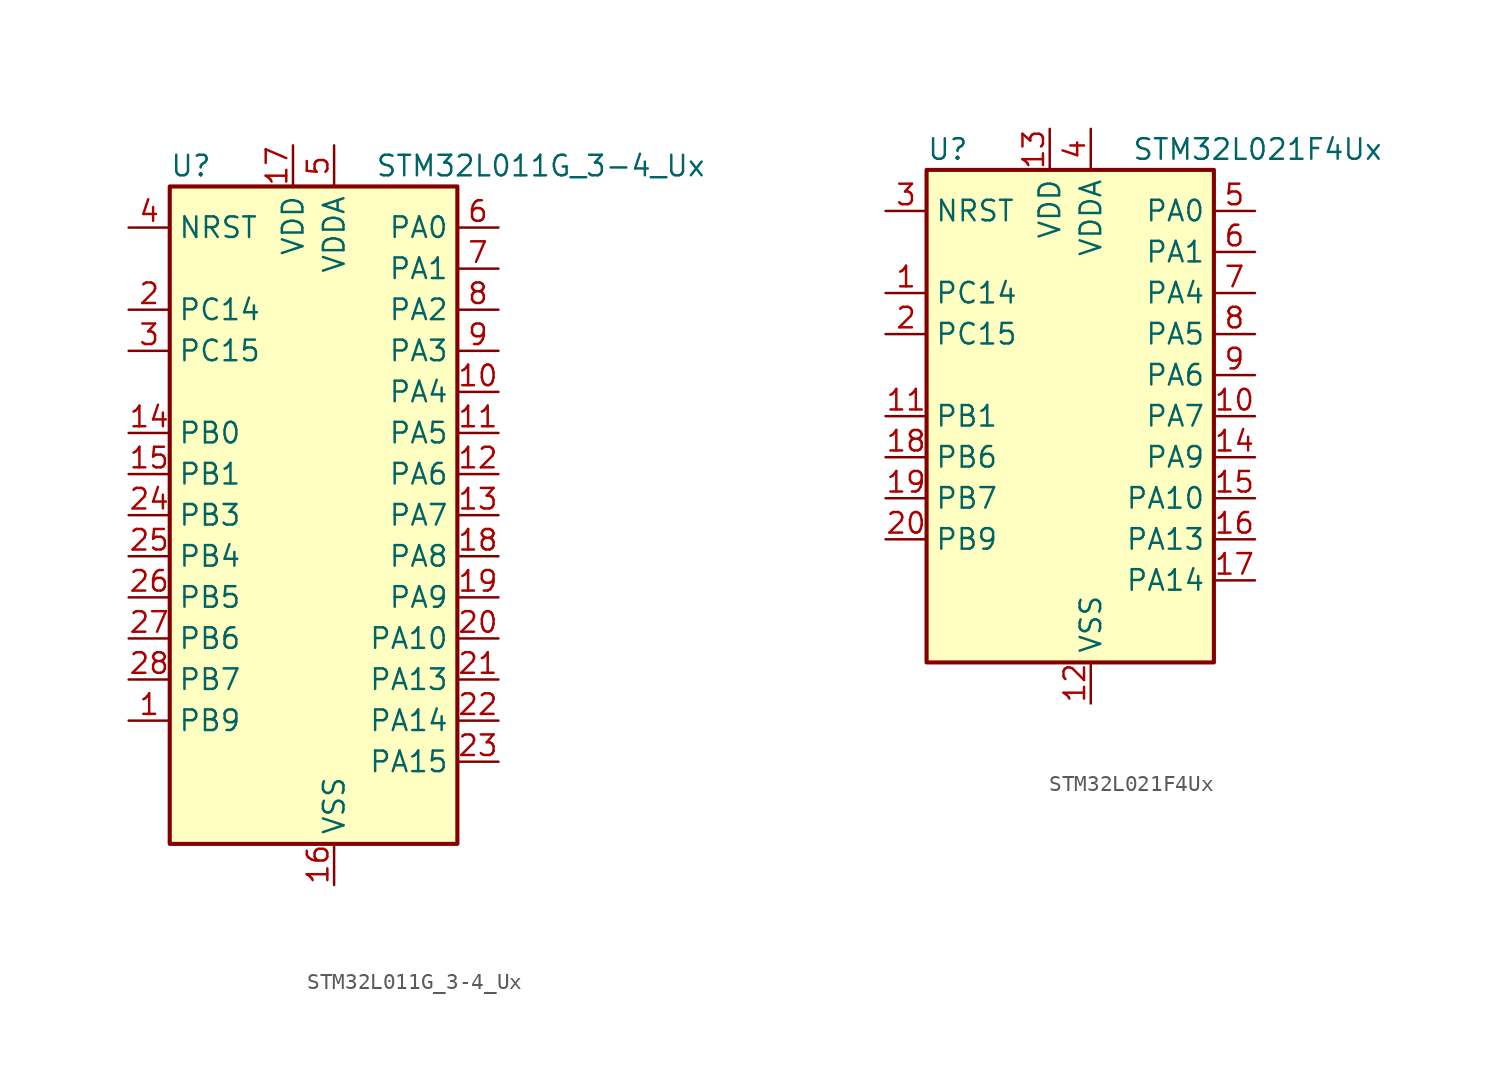
<source format=kicad_sym>
(kicad_symbol_lib
  (version 20220914)
  (generator kicad_symbol_editor)
  (symbol "STM32L011G_3-4_Ux"
    (property "Reference" "U"
      (at -7.62 21.59 0)
      (effects (font (size 1.27 1.27)) (justify left)))
    (property "Value" "STM32L011G_3-4_Ux"
      (at 5.08 21.59 0)
      (effects (font (size 1.27 1.27)) (justify left)))
    (property "ki_locked" ""
      (at 0 0 0)
      (effects (font (size 1.27 1.27))))
    (symbol "STM32L011G_3-4_Ux_0_1"
      (rectangle (start -7.62 -20.32) (end 10.16 20.32) (stroke (width 0.254) (type default)) (fill (type background))))
    (symbol "STM32L011G_3-4_Ux_1_1"
      (pin bidirectional line (at -10.16 -12.7 0) (length 2.54) (name "PB9" (effects (font (size 1.27 1.27)))) (number "1" (effects (font (size 1.27 1.27)))))
      (pin bidirectional line (at 12.7 7.62 180) (length 2.54) (name "PA4" (effects (font (size 1.27 1.27)))) (number "10" (effects (font (size 1.27 1.27)))) (alternate "ADC_IN4" bidirectional line) (alternate "COMP1_INM" bidirectional line) (alternate "COMP2_INM" bidirectional line) (alternate "COMP2_OUT" bidirectional line) (alternate "I2C1_SCL" bidirectional line) (alternate "LPTIM1_ETR" bidirectional line) (alternate "LPTIM1_IN1" bidirectional line) (alternate "LPUART1_TX" bidirectional line) (alternate "SPI1_NSS" bidirectional line) (alternate "TIM2_ETR" bidirectional line) (alternate "USART2_CK" bidirectional line))
      (pin bidirectional line (at 12.7 5.08 180) (length 2.54) (name "PA5" (effects (font (size 1.27 1.27)))) (number "11" (effects (font (size 1.27 1.27)))) (alternate "ADC_IN5" bidirectional line) (alternate "COMP1_INM" bidirectional line) (alternate "COMP2_INM" bidirectional line) (alternate "LPTIM1_IN2" bidirectional line) (alternate "SPI1_SCK" bidirectional line) (alternate "TIM2_CH1" bidirectional line) (alternate "TIM2_ETR" bidirectional line))
      (pin bidirectional line (at 12.7 2.54 180) (length 2.54) (name "PA6" (effects (font (size 1.27 1.27)))) (number "12" (effects (font (size 1.27 1.27)))) (alternate "ADC_IN6" bidirectional line) (alternate "COMP1_OUT" bidirectional line) (alternate "LPTIM1_ETR" bidirectional line) (alternate "LPUART1_CTS" bidirectional line) (alternate "SPI1_MISO" bidirectional line))
      (pin bidirectional line (at 12.7 0 180) (length 2.54) (name "PA7" (effects (font (size 1.27 1.27)))) (number "13" (effects (font (size 1.27 1.27)))) (alternate "ADC_IN7" bidirectional line) (alternate "COMP2_INP" bidirectional line) (alternate "COMP2_OUT" bidirectional line) (alternate "LPTIM1_OUT" bidirectional line) (alternate "SPI1_MOSI" bidirectional line) (alternate "TIM21_ETR" bidirectional line) (alternate "USART2_CTS" bidirectional line))
      (pin bidirectional line (at -10.16 5.08 0) (length 2.54) (name "PB0" (effects (font (size 1.27 1.27)))) (number "14" (effects (font (size 1.27 1.27)))) (alternate "ADC_IN8" bidirectional line) (alternate "SPI1_MISO" bidirectional line) (alternate "SYS_VREF_OUT_PB0" bidirectional line) (alternate "TIM2_CH2" bidirectional line) (alternate "TIM2_CH3" bidirectional line) (alternate "USART2_DE" bidirectional line) (alternate "USART2_RTS" bidirectional line))
      (pin bidirectional line (at -10.16 2.54 0) (length 2.54) (name "PB1" (effects (font (size 1.27 1.27)))) (number "15" (effects (font (size 1.27 1.27)))) (alternate "ADC_IN9" bidirectional line) (alternate "LPTIM1_IN1" bidirectional line) (alternate "LPUART1_DE" bidirectional line) (alternate "LPUART1_RTS" bidirectional line) (alternate "SPI1_MOSI" bidirectional line) (alternate "SYS_VREF_OUT_PB1" bidirectional line) (alternate "TIM2_CH4" bidirectional line) (alternate "USART2_CK" bidirectional line))
      (pin power_in line (at 2.54 -22.86 90) (length 2.54) (name "VSS" (effects (font (size 1.27 1.27)))) (number "16" (effects (font (size 1.27 1.27)))))
      (pin power_in line (at 0 22.86 270) (length 2.54) (name "VDD" (effects (font (size 1.27 1.27)))) (number "17" (effects (font (size 1.27 1.27)))))
      (pin bidirectional line (at 12.7 -2.54 180) (length 2.54) (name "PA8" (effects (font (size 1.27 1.27)))) (number "18" (effects (font (size 1.27 1.27)))) (alternate "LPTIM1_IN1" bidirectional line) (alternate "RCC_MCO" bidirectional line) (alternate "TIM2_CH1" bidirectional line) (alternate "USART2_CK" bidirectional line))
      (pin bidirectional line (at 12.7 -5.08 180) (length 2.54) (name "PA9" (effects (font (size 1.27 1.27)))) (number "19" (effects (font (size 1.27 1.27)))) (alternate "COMP1_OUT" bidirectional line) (alternate "I2C1_SCL" bidirectional line) (alternate "LPTIM1_OUT" bidirectional line) (alternate "RCC_MCO" bidirectional line) (alternate "TIM21_CH2" bidirectional line) (alternate "USART2_TX" bidirectional line))
      (pin bidirectional line (at -10.16 12.7 0) (length 2.54) (name "PC14" (effects (font (size 1.27 1.27)))) (number "2" (effects (font (size 1.27 1.27)))) (alternate "RCC_OSC32_IN" bidirectional line))
      (pin bidirectional line (at 12.7 -7.62 180) (length 2.54) (name "PA10" (effects (font (size 1.27 1.27)))) (number "20" (effects (font (size 1.27 1.27)))) (alternate "COMP1_OUT" bidirectional line) (alternate "I2C1_SDA" bidirectional line) (alternate "RTC_REFIN" bidirectional line) (alternate "TIM21_CH1" bidirectional line) (alternate "TIM2_CH3" bidirectional line) (alternate "USART2_RX" bidirectional line))
      (pin bidirectional line (at 12.7 -10.16 180) (length 2.54) (name "PA13" (effects (font (size 1.27 1.27)))) (number "21" (effects (font (size 1.27 1.27)))) (alternate "COMP1_OUT" bidirectional line) (alternate "I2C1_SDA" bidirectional line) (alternate "LPTIM1_ETR" bidirectional line) (alternate "LPUART1_RX" bidirectional line) (alternate "SPI1_SCK" bidirectional line) (alternate "SYS_SWDIO" bidirectional line))
      (pin bidirectional line (at 12.7 -12.7 180) (length 2.54) (name "PA14" (effects (font (size 1.27 1.27)))) (number "22" (effects (font (size 1.27 1.27)))) (alternate "COMP2_OUT" bidirectional line) (alternate "I2C1_SMBA" bidirectional line) (alternate "LPTIM1_OUT" bidirectional line) (alternate "LPUART1_TX" bidirectional line) (alternate "SPI1_MISO" bidirectional line) (alternate "SYS_SWCLK" bidirectional line) (alternate "USART2_TX" bidirectional line))
      (pin bidirectional line (at 12.7 -15.24 180) (length 2.54) (name "PA15" (effects (font (size 1.27 1.27)))) (number "23" (effects (font (size 1.27 1.27)))) (alternate "SPI1_NSS" bidirectional line) (alternate "TIM2_CH1" bidirectional line) (alternate "TIM2_ETR" bidirectional line) (alternate "USART2_RX" bidirectional line))
      (pin bidirectional line (at -10.16 0 0) (length 2.54) (name "PB3" (effects (font (size 1.27 1.27)))) (number "24" (effects (font (size 1.27 1.27)))) (alternate "COMP2_INM" bidirectional line) (alternate "SPI1_SCK" bidirectional line) (alternate "TIM2_CH2" bidirectional line))
      (pin bidirectional line (at -10.16 -2.54 0) (length 2.54) (name "PB4" (effects (font (size 1.27 1.27)))) (number "25" (effects (font (size 1.27 1.27)))) (alternate "COMP2_INP" bidirectional line) (alternate "SPI1_MISO" bidirectional line))
      (pin bidirectional line (at -10.16 -5.08 0) (length 2.54) (name "PB5" (effects (font (size 1.27 1.27)))) (number "26" (effects (font (size 1.27 1.27)))) (alternate "COMP2_INP" bidirectional line) (alternate "I2C1_SMBA" bidirectional line) (alternate "LPTIM1_IN1" bidirectional line) (alternate "SPI1_MOSI" bidirectional line) (alternate "TIM21_CH1" bidirectional line))
      (pin bidirectional line (at -10.16 -7.62 0) (length 2.54) (name "PB6" (effects (font (size 1.27 1.27)))) (number "27" (effects (font (size 1.27 1.27)))) (alternate "COMP2_INP" bidirectional line) (alternate "I2C1_SCL" bidirectional line) (alternate "LPTIM1_ETR" bidirectional line) (alternate "LPUART1_TX" bidirectional line) (alternate "TIM2_CH3" bidirectional line) (alternate "USART2_TX" bidirectional line))
      (pin bidirectional line (at -10.16 -10.16 0) (length 2.54) (name "PB7" (effects (font (size 1.27 1.27)))) (number "28" (effects (font (size 1.27 1.27)))) (alternate "COMP2_INP" bidirectional line) (alternate "I2C1_SDA" bidirectional line) (alternate "LPTIM1_IN2" bidirectional line) (alternate "LPUART1_RX" bidirectional line) (alternate "SYS_PVD_IN" bidirectional line) (alternate "TIM2_CH4" bidirectional line) (alternate "USART2_RX" bidirectional line))
      (pin bidirectional line (at -10.16 10.16 0) (length 2.54) (name "PC15" (effects (font (size 1.27 1.27)))) (number "3" (effects (font (size 1.27 1.27)))) (alternate "RCC_OSC32_OUT" bidirectional line))
      (pin input line (at -10.16 17.78 0) (length 2.54) (name "NRST" (effects (font (size 1.27 1.27)))) (number "4" (effects (font (size 1.27 1.27)))))
      (pin power_in line (at 2.54 22.86 270) (length 2.54) (name "VDDA" (effects (font (size 1.27 1.27)))) (number "5" (effects (font (size 1.27 1.27)))))
      (pin bidirectional line (at 12.7 17.78 180) (length 2.54) (name "PA0" (effects (font (size 1.27 1.27)))) (number "6" (effects (font (size 1.27 1.27)))) (alternate "ADC_IN0" bidirectional line) (alternate "COMP1_INM" bidirectional line) (alternate "COMP1_OUT" bidirectional line) (alternate "LPTIM1_IN1" bidirectional line) (alternate "LPUART1_RX" bidirectional line) (alternate "RCC_CK_IN" bidirectional line) (alternate "RTC_TAMP2" bidirectional line) (alternate "SYS_WKUP1" bidirectional line) (alternate "TIM2_CH1" bidirectional line) (alternate "TIM2_ETR" bidirectional line) (alternate "USART2_CTS" bidirectional line) (alternate "USART2_RX" bidirectional line))
      (pin bidirectional line (at 12.7 15.24 180) (length 2.54) (name "PA1" (effects (font (size 1.27 1.27)))) (number "7" (effects (font (size 1.27 1.27)))) (alternate "ADC_IN1" bidirectional line) (alternate "COMP1_INP" bidirectional line) (alternate "I2C1_SMBA" bidirectional line) (alternate "LPTIM1_IN2" bidirectional line) (alternate "LPUART1_TX" bidirectional line) (alternate "TIM21_ETR" bidirectional line) (alternate "TIM2_CH2" bidirectional line) (alternate "USART2_DE" bidirectional line) (alternate "USART2_RTS" bidirectional line))
      (pin bidirectional line (at 12.7 12.7 180) (length 2.54) (name "PA2" (effects (font (size 1.27 1.27)))) (number "8" (effects (font (size 1.27 1.27)))) (alternate "ADC_IN2" bidirectional line) (alternate "COMP2_INM" bidirectional line) (alternate "COMP2_OUT" bidirectional line) (alternate "LPUART1_TX" bidirectional line) (alternate "RTC_OUT_ALARM" bidirectional line) (alternate "RTC_OUT_CALIB" bidirectional line) (alternate "RTC_TAMP3" bidirectional line) (alternate "RTC_TS" bidirectional line) (alternate "SYS_WKUP3" bidirectional line) (alternate "TIM21_CH1" bidirectional line) (alternate "TIM2_CH3" bidirectional line) (alternate "USART2_TX" bidirectional line))
      (pin bidirectional line (at 12.7 10.16 180) (length 2.54) (name "PA3" (effects (font (size 1.27 1.27)))) (number "9" (effects (font (size 1.27 1.27)))) (alternate "ADC_IN3" bidirectional line) (alternate "COMP2_INP" bidirectional line) (alternate "LPUART1_RX" bidirectional line) (alternate "TIM21_CH2" bidirectional line) (alternate "TIM2_CH4" bidirectional line) (alternate "USART2_RX" bidirectional line))))
  (symbol "STM32L021F4Ux"
    (property "Reference" "U"
      (at -7.62 16.51 0)
      (effects (font (size 1.27 1.27)) (justify left)))
    (property "Value" "STM32L021F4Ux"
      (at 5.08 16.51 0)
      (effects (font (size 1.27 1.27)) (justify left)))
    (property "ki_locked" ""
      (at 0 0 0)
      (effects (font (size 1.27 1.27))))
    (symbol "STM32L021F4Ux_0_1"
      (rectangle (start -7.62 -15.24) (end 10.16 15.24) (stroke (width 0.254) (type default)) (fill (type background))))
    (symbol "STM32L021F4Ux_1_1"
      (pin bidirectional line (at -10.16 7.62 0) (length 2.54) (name "PC14" (effects (font (size 1.27 1.27)))) (number "1" (effects (font (size 1.27 1.27)))) (alternate "RCC_OSC32_IN" bidirectional line))
      (pin bidirectional line (at 12.7 0 180) (length 2.54) (name "PA7" (effects (font (size 1.27 1.27)))) (number "10" (effects (font (size 1.27 1.27)))) (alternate "ADC_IN7" bidirectional line) (alternate "COMP2_INP" bidirectional line) (alternate "COMP2_OUT" bidirectional line) (alternate "LPTIM1_OUT" bidirectional line) (alternate "SPI1_MOSI" bidirectional line) (alternate "TIM21_ETR" bidirectional line) (alternate "USART2_CTS" bidirectional line))
      (pin bidirectional line (at -10.16 0 0) (length 2.54) (name "PB1" (effects (font (size 1.27 1.27)))) (number "11" (effects (font (size 1.27 1.27)))) (alternate "ADC_IN9" bidirectional line) (alternate "LPTIM1_IN1" bidirectional line) (alternate "LPUART1_DE" bidirectional line) (alternate "LPUART1_RTS" bidirectional line) (alternate "SPI1_MOSI" bidirectional line) (alternate "SYS_VREF_OUT_PB1" bidirectional line) (alternate "TIM2_CH4" bidirectional line) (alternate "USART2_CK" bidirectional line))
      (pin power_in line (at 2.54 -17.78 90) (length 2.54) (name "VSS" (effects (font (size 1.27 1.27)))) (number "12" (effects (font (size 1.27 1.27)))))
      (pin power_in line (at 0 17.78 270) (length 2.54) (name "VDD" (effects (font (size 1.27 1.27)))) (number "13" (effects (font (size 1.27 1.27)))))
      (pin bidirectional line (at 12.7 -2.54 180) (length 2.54) (name "PA9" (effects (font (size 1.27 1.27)))) (number "14" (effects (font (size 1.27 1.27)))) (alternate "COMP1_OUT" bidirectional line) (alternate "I2C1_SCL" bidirectional line) (alternate "LPTIM1_OUT" bidirectional line) (alternate "RCC_MCO" bidirectional line) (alternate "TIM21_CH2" bidirectional line) (alternate "USART2_TX" bidirectional line))
      (pin bidirectional line (at 12.7 -5.08 180) (length 2.54) (name "PA10" (effects (font (size 1.27 1.27)))) (number "15" (effects (font (size 1.27 1.27)))) (alternate "COMP1_OUT" bidirectional line) (alternate "I2C1_SDA" bidirectional line) (alternate "RTC_REFIN" bidirectional line) (alternate "TIM21_CH1" bidirectional line) (alternate "TIM2_CH3" bidirectional line) (alternate "USART2_RX" bidirectional line))
      (pin bidirectional line (at 12.7 -7.62 180) (length 2.54) (name "PA13" (effects (font (size 1.27 1.27)))) (number "16" (effects (font (size 1.27 1.27)))) (alternate "COMP1_OUT" bidirectional line) (alternate "I2C1_SDA" bidirectional line) (alternate "LPTIM1_ETR" bidirectional line) (alternate "LPUART1_RX" bidirectional line) (alternate "SPI1_SCK" bidirectional line) (alternate "SYS_SWDIO" bidirectional line))
      (pin bidirectional line (at 12.7 -10.16 180) (length 2.54) (name "PA14" (effects (font (size 1.27 1.27)))) (number "17" (effects (font (size 1.27 1.27)))) (alternate "COMP2_OUT" bidirectional line) (alternate "I2C1_SMBA" bidirectional line) (alternate "LPTIM1_OUT" bidirectional line) (alternate "LPUART1_TX" bidirectional line) (alternate "SPI1_MISO" bidirectional line) (alternate "SYS_SWCLK" bidirectional line) (alternate "USART2_TX" bidirectional line))
      (pin bidirectional line (at -10.16 -2.54 0) (length 2.54) (name "PB6" (effects (font (size 1.27 1.27)))) (number "18" (effects (font (size 1.27 1.27)))) (alternate "COMP2_INP" bidirectional line) (alternate "I2C1_SCL" bidirectional line) (alternate "LPTIM1_ETR" bidirectional line) (alternate "LPUART1_TX" bidirectional line) (alternate "TIM2_CH3" bidirectional line) (alternate "USART2_TX" bidirectional line))
      (pin bidirectional line (at -10.16 -5.08 0) (length 2.54) (name "PB7" (effects (font (size 1.27 1.27)))) (number "19" (effects (font (size 1.27 1.27)))) (alternate "COMP2_INP" bidirectional line) (alternate "I2C1_SDA" bidirectional line) (alternate "LPTIM1_IN2" bidirectional line) (alternate "LPUART1_RX" bidirectional line) (alternate "SYS_PVD_IN" bidirectional line) (alternate "TIM2_CH4" bidirectional line) (alternate "USART2_RX" bidirectional line))
      (pin bidirectional line (at -10.16 5.08 0) (length 2.54) (name "PC15" (effects (font (size 1.27 1.27)))) (number "2" (effects (font (size 1.27 1.27)))) (alternate "RCC_OSC32_OUT" bidirectional line))
      (pin bidirectional line (at -10.16 -7.62 0) (length 2.54) (name "PB9" (effects (font (size 1.27 1.27)))) (number "20" (effects (font (size 1.27 1.27)))))
      (pin input line (at -10.16 12.7 0) (length 2.54) (name "NRST" (effects (font (size 1.27 1.27)))) (number "3" (effects (font (size 1.27 1.27)))))
      (pin power_in line (at 2.54 17.78 270) (length 2.54) (name "VDDA" (effects (font (size 1.27 1.27)))) (number "4" (effects (font (size 1.27 1.27)))))
      (pin bidirectional line (at 12.7 12.7 180) (length 2.54) (name "PA0" (effects (font (size 1.27 1.27)))) (number "5" (effects (font (size 1.27 1.27)))) (alternate "ADC_IN0" bidirectional line) (alternate "COMP1_INM" bidirectional line) (alternate "COMP1_OUT" bidirectional line) (alternate "LPTIM1_IN1" bidirectional line) (alternate "LPUART1_RX" bidirectional line) (alternate "RCC_CK_IN" bidirectional line) (alternate "RTC_TAMP2" bidirectional line) (alternate "SYS_WKUP1" bidirectional line) (alternate "TIM2_CH1" bidirectional line) (alternate "TIM2_ETR" bidirectional line) (alternate "USART2_CTS" bidirectional line) (alternate "USART2_RX" bidirectional line))
      (pin bidirectional line (at 12.7 10.16 180) (length 2.54) (name "PA1" (effects (font (size 1.27 1.27)))) (number "6" (effects (font (size 1.27 1.27)))) (alternate "ADC_IN1" bidirectional line) (alternate "COMP1_INP" bidirectional line) (alternate "I2C1_SMBA" bidirectional line) (alternate "LPTIM1_IN2" bidirectional line) (alternate "LPUART1_TX" bidirectional line) (alternate "TIM21_ETR" bidirectional line) (alternate "TIM2_CH2" bidirectional line) (alternate "USART2_DE" bidirectional line) (alternate "USART2_RTS" bidirectional line))
      (pin bidirectional line (at 12.7 7.62 180) (length 2.54) (name "PA4" (effects (font (size 1.27 1.27)))) (number "7" (effects (font (size 1.27 1.27)))) (alternate "ADC_IN4" bidirectional line) (alternate "COMP1_INM" bidirectional line) (alternate "COMP2_INM" bidirectional line) (alternate "COMP2_OUT" bidirectional line) (alternate "I2C1_SCL" bidirectional line) (alternate "LPTIM1_ETR" bidirectional line) (alternate "LPTIM1_IN1" bidirectional line) (alternate "LPUART1_TX" bidirectional line) (alternate "SPI1_NSS" bidirectional line) (alternate "TIM2_ETR" bidirectional line) (alternate "USART2_CK" bidirectional line))
      (pin bidirectional line (at 12.7 5.08 180) (length 2.54) (name "PA5" (effects (font (size 1.27 1.27)))) (number "8" (effects (font (size 1.27 1.27)))) (alternate "ADC_IN5" bidirectional line) (alternate "COMP1_INM" bidirectional line) (alternate "COMP2_INM" bidirectional line) (alternate "LPTIM1_IN2" bidirectional line) (alternate "SPI1_SCK" bidirectional line) (alternate "TIM2_CH1" bidirectional line) (alternate "TIM2_ETR" bidirectional line))
      (pin bidirectional line (at 12.7 2.54 180) (length 2.54) (name "PA6" (effects (font (size 1.27 1.27)))) (number "9" (effects (font (size 1.27 1.27)))) (alternate "ADC_IN6" bidirectional line) (alternate "COMP1_OUT" bidirectional line) (alternate "LPTIM1_ETR" bidirectional line) (alternate "LPUART1_CTS" bidirectional line) (alternate "SPI1_MISO" bidirectional line)))))
</source>
